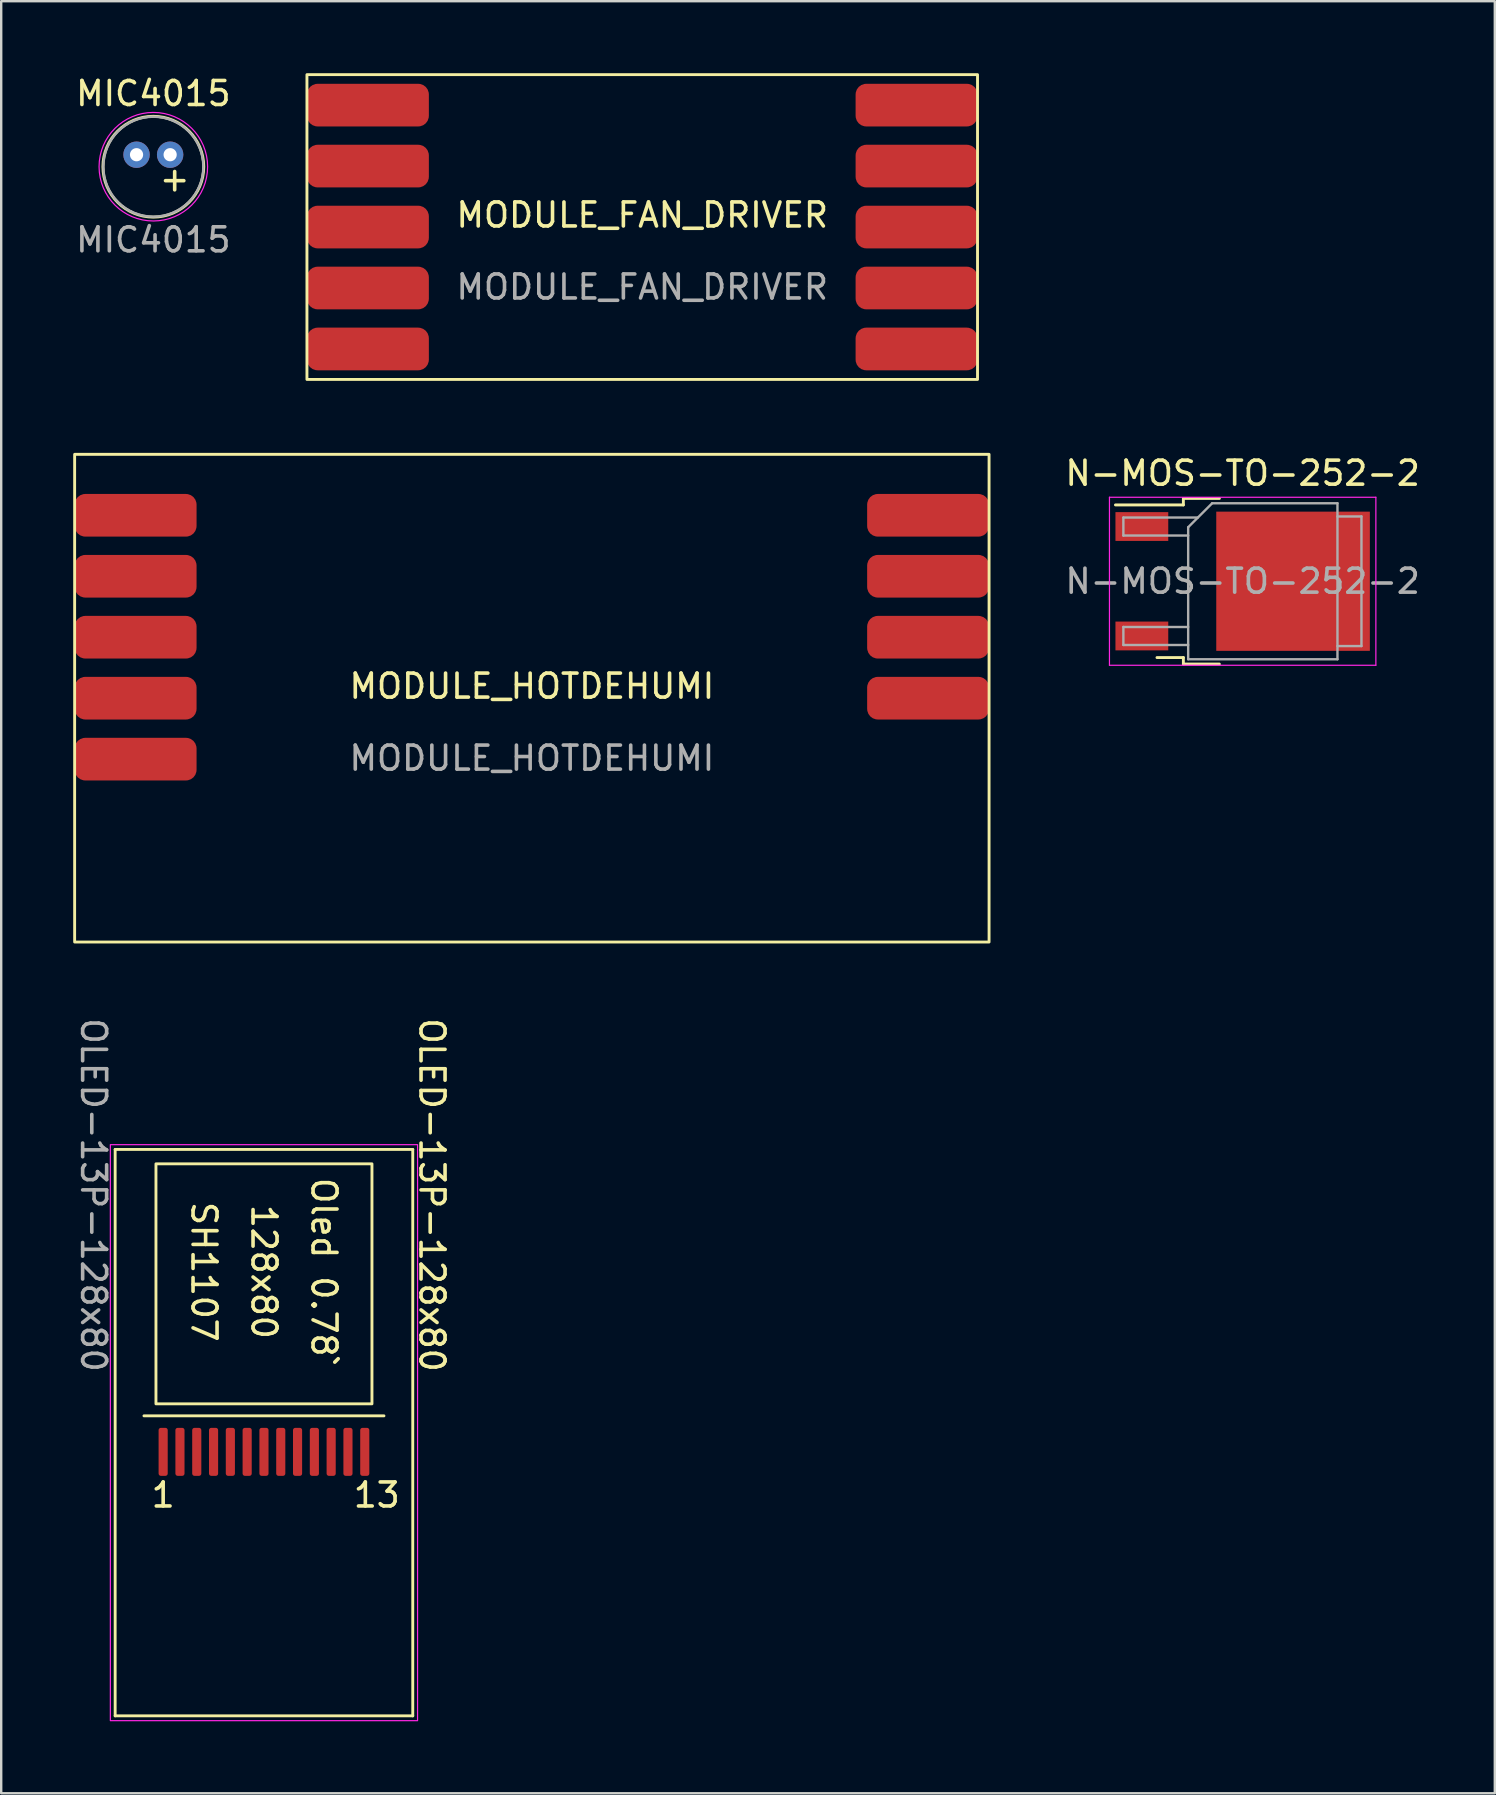
<source format=kicad_pcb>
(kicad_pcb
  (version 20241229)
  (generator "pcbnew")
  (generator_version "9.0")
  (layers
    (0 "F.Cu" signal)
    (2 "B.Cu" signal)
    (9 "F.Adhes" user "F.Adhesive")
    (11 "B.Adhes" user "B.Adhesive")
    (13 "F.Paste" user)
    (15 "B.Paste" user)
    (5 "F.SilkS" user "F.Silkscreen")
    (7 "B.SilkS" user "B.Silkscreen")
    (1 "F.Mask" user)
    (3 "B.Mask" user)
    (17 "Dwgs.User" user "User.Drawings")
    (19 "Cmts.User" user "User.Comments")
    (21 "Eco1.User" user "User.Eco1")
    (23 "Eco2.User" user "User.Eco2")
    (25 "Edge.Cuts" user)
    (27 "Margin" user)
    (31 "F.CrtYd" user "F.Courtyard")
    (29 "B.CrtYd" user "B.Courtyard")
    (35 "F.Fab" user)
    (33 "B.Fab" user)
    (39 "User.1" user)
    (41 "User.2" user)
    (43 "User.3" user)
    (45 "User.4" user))
  (footprint "MODULE_FAN_DRIVER"
    (layer "F.Cu")
    (at 23.709 6.41)
    (property "Reference" "MODULE_FAN_DRIVER" (at 0 -0.5 0) (unlocked yes) (layer "F.SilkS") (effects (font (size 1 1) (thickness 0.15))))
    (attr smd)
    (fp_rect (start -13.97 -6.35) (end 13.97 6.35) (stroke (width 0.12) (type default)) (fill no) (layer "F.SilkS"))
    (fp_text user "${REFERENCE}" (at 0 2.5 0) (unlocked yes) (layer "F.Fab") (effects (font (size 1 1) (thickness 0.15))))
    (pad "1" smd roundrect (at -11.43 -5.08) (size 5.08 1.778) (layers "F.Cu" "F.Mask" "F.Paste") (roundrect_rratio 0.25))
    (pad "2" smd roundrect (at -11.43 -2.54) (size 5.08 1.778) (layers "F.Cu" "F.Mask" "F.Paste") (roundrect_rratio 0.25))
    (pad "3" smd roundrect (at -11.43 0) (size 5.08 1.778) (layers "F.Cu" "F.Mask" "F.Paste") (roundrect_rratio 0.25))
    (pad "4" smd roundrect (at -11.43 2.54) (size 5.08 1.778) (layers "F.Cu" "F.Mask" "F.Paste") (roundrect_rratio 0.25))
    (pad "5" smd roundrect (at -11.43 5.08) (size 5.08 1.778) (layers "F.Cu" "F.Mask" "F.Paste") (roundrect_rratio 0.25))
    (pad "6" smd roundrect (at 11.43 5.08) (size 5.08 1.778) (layers "F.Cu" "F.Mask" "F.Paste") (roundrect_rratio 0.25))
    (pad "7" smd roundrect (at 11.43 2.54) (size 5.08 1.778) (layers "F.Cu" "F.Mask" "F.Paste") (roundrect_rratio 0.25))
    (pad "8" smd roundrect (at 11.43 0) (size 5.08 1.778) (layers "F.Cu" "F.Mask" "F.Paste") (roundrect_rratio 0.25))
    (pad "9" smd roundrect (at 11.43 -2.54) (size 5.08 1.778) (layers "F.Cu" "F.Mask" "F.Paste") (roundrect_rratio 0.25))
    (pad "10" smd roundrect (at 11.43 -5.08) (size 5.08 1.778) (layers "F.Cu" "F.Mask" "F.Paste") (roundrect_rratio 0.25)))
  (footprint "N-MOS-TO-252-2"
    (layer "F.Cu")
    (at 48.726 21.168)
    (property "Reference" "N-MOS-TO-252-2" (at 0 -4.5 0) (layer "F.SilkS") (effects (font (size 1 1) (thickness 0.15))))
    (attr smd)
    (fp_line (start -2.47 -3.45) (end -2.47 -3.18) (stroke (width 0.12) (type solid)) (layer "F.SilkS"))
    (fp_line (start -2.47 -3.18) (end -5.3 -3.18) (stroke (width 0.12) (type solid)) (layer "F.SilkS"))
    (fp_line (start -2.47 3.18) (end -3.57 3.18) (stroke (width 0.12) (type solid)) (layer "F.SilkS"))
    (fp_line (start -2.47 3.45) (end -2.47 3.18) (stroke (width 0.12) (type solid)) (layer "F.SilkS"))
    (fp_line (start -0.97 -3.45) (end -2.47 -3.45) (stroke (width 0.12) (type solid)) (layer "F.SilkS"))
    (fp_line (start -0.97 3.45) (end -2.47 3.45) (stroke (width 0.12) (type solid)) (layer "F.SilkS"))
    (fp_line (start -5.55 -3.5) (end -5.55 3.5) (stroke (width 0.05) (type solid)) (layer "F.CrtYd"))
    (fp_line (start -5.55 3.5) (end 5.55 3.5) (stroke (width 0.05) (type solid)) (layer "F.CrtYd"))
    (fp_line (start 5.55 -3.5) (end -5.55 -3.5) (stroke (width 0.05) (type solid)) (layer "F.CrtYd"))
    (fp_line (start 5.55 3.5) (end 5.55 -3.5) (stroke (width 0.05) (type solid)) (layer "F.CrtYd"))
    (fp_line (start -4.97 -2.655) (end -4.97 -1.905) (stroke (width 0.1) (type solid)) (layer "F.Fab"))
    (fp_line (start -4.97 -1.905) (end -2.27 -1.905) (stroke (width 0.1) (type solid)) (layer "F.Fab"))
    (fp_line (start -4.97 1.905) (end -4.97 2.655) (stroke (width 0.1) (type solid)) (layer "F.Fab"))
    (fp_line (start -4.97 2.655) (end -2.27 2.655) (stroke (width 0.1) (type solid)) (layer "F.Fab"))
    (fp_line (start -2.27 -2.25) (end -1.27 -3.25) (stroke (width 0.1) (type solid)) (layer "F.Fab"))
    (fp_line (start -2.27 1.905) (end -4.97 1.905) (stroke (width 0.1) (type solid)) (layer "F.Fab"))
    (fp_line (start -2.27 3.25) (end -2.27 -2.25) (stroke (width 0.1) (type solid)) (layer "F.Fab"))
    (fp_line (start -1.865 -2.655) (end -4.97 -2.655) (stroke (width 0.1) (type solid)) (layer "F.Fab"))
    (fp_line (start -1.27 -3.25) (end 3.95 -3.25) (stroke (width 0.1) (type solid)) (layer "F.Fab"))
    (fp_line (start 3.95 -3.25) (end 3.95 3.25) (stroke (width 0.1) (type solid)) (layer "F.Fab"))
    (fp_line (start 3.95 -2.7) (end 4.95 -2.7) (stroke (width 0.1) (type solid)) (layer "F.Fab"))
    (fp_line (start 3.95 3.25) (end -2.27 3.25) (stroke (width 0.1) (type solid)) (layer "F.Fab"))
    (fp_line (start 4.95 -2.7) (end 4.95 2.7) (stroke (width 0.1) (type solid)) (layer "F.Fab"))
    (fp_line (start 4.95 2.7) (end 3.95 2.7) (stroke (width 0.1) (type solid)) (layer "F.Fab"))
    (fp_text user "${REFERENCE}" (at 0 0 0) (layer "F.Fab") (effects (font (size 1 1) (thickness 0.15))))
    (pad "" smd rect (at 0.425 -1.525) (size 3.05 2.75) (layers "F.Paste"))
    (pad "" smd rect (at 0.425 1.525) (size 3.05 2.75) (layers "F.Paste"))
    (pad "" smd rect (at 3.775 -1.525) (size 3.05 2.75) (layers "F.Paste"))
    (pad "" smd rect (at 3.775 1.525) (size 3.05 2.75) (layers "F.Paste"))
    (pad "D" smd rect (at 2.1 0) (size 6.4 5.8) (layers "F.Cu" "F.Mask"))
    (pad "G" smd rect (at -4.2 -2.28) (size 2.2 1.2) (layers "F.Cu" "F.Mask" "F.Paste"))
    (pad "S" smd rect (at -4.2 2.28) (size 2.2 1.2) (layers "F.Cu" "F.Mask" "F.Paste")))
  (footprint "MIC4015"
    (layer "F.Cu")
    (at 3.339 3.896)
    (property "Reference" "MIC4015" (at 0 -3.048 0) (unlocked yes) (layer "F.SilkS") (effects (font (size 1 1) (thickness 0.15))))
    (attr through_hole)
    (fp_circle (center 0 0) (end 2.1 0) (stroke (width 0.12) (type solid)) (fill no) (layer "F.SilkS"))
    (fp_circle (center 0 0) (end 1.397 1.778) (stroke (width 0.05) (type solid)) (fill no) (layer "F.CrtYd"))
    (fp_circle (center 0 0) (end 1.27 1.651) (stroke (width 0.1) (type solid)) (fill no) (layer "F.Fab"))
    (fp_text user "+" (at 0.889 0.508 0) (unlocked yes) (layer "F.SilkS") (effects (font (size 1 1) (thickness 0.15))))
    (fp_text user "${REFERENCE}" (at 0 3.048 0) (unlocked yes) (layer "F.Fab") (effects (font (size 1 1) (thickness 0.15))))
    (pad "1" thru_hole circle (at -0.7 -0.5) (size 1.1 1.1) (drill 0.55) (layers "*.Cu" "*.Mask"))
    (pad "2" thru_hole circle (at 0.7 -0.5) (size 1.1 1.1) (drill 0.55) (layers "*.Cu" "*.Mask")))
  (footprint "OLED-13P-128x80"
    (layer "F.Cu")
    (at 7.948 56.442)
    (property "Reference" "OLED-13P-128x80" (at 7 -9.7 270) (unlocked yes) (layer "F.SilkS") (effects (font (size 1 1) (thickness 0.15))))
    (attr smd)
    (fp_line (start -6.2 12) (end -6.2 -11.6) (stroke (width 0.12) (type solid)) (layer "F.SilkS"))
    (fp_line (start -6.2 12) (end 6.2 12) (stroke (width 0.12) (type solid)) (layer "F.SilkS"))
    (fp_line (start -5 -0.5) (end 5 -0.5) (stroke (width 0.12) (type solid)) (layer "F.SilkS"))
    (fp_line (start 6.2 -11.6) (end -6.2 -11.6) (stroke (width 0.12) (type solid)) (layer "F.SilkS"))
    (fp_line (start 6.2 12) (end 6.2 -11.6) (stroke (width 0.12) (type solid)) (layer "F.SilkS"))
    (fp_rect (start -4.5 -11) (end 4.5 -1) (stroke (width 0.12) (type solid)) (fill no) (layer "F.SilkS"))
    (fp_rect (start -6.4 -11.8) (end 6.4 12.2) (stroke (width 0.05) (type solid)) (fill no) (layer "F.CrtYd"))
    (fp_text user "1" (at -4.2 2.8 0) (unlocked yes) (layer "F.SilkS") (effects (font (size 1 1) (thickness 0.15))))
    (fp_text user "13" (at 4.7 2.8 0) (unlocked yes) (layer "F.SilkS") (effects (font (size 1 1) (thickness 0.15))))
    (fp_text user "SH1107" (at -2.5 -6.5 270) (unlocked yes) (layer "F.SilkS") (effects (font (size 1 1) (thickness 0.15))))
    (fp_text user "128x80" (at 0 -6.5 270) (unlocked yes) (layer "F.SilkS") (effects (font (size 1 1) (thickness 0.15))))
    (fp_text user "Oled 0.78`" (at 2.5 -6.5 270) (unlocked yes) (layer "F.SilkS") (effects (font (size 1 1) (thickness 0.15))))
    (fp_text user "${REFERENCE}" (at -7.1 -9.7 270) (unlocked yes) (layer "F.Fab") (effects (font (size 1 1) (thickness 0.15))))
    (pad "1" smd roundrect (at -4.2 1) (size 0.38 2) (layers "F.Cu" "F.Mask" "F.Paste") (roundrect_rratio 0.25))
    (pad "2" smd roundrect (at -3.5 1) (size 0.38 2) (layers "F.Cu" "F.Mask" "F.Paste") (roundrect_rratio 0.25))
    (pad "3" smd roundrect (at -2.8 1) (size 0.38 2) (layers "F.Cu" "F.Mask" "F.Paste") (roundrect_rratio 0.25))
    (pad "4" smd roundrect (at -2.1 1) (size 0.38 2) (layers "F.Cu" "F.Mask" "F.Paste") (roundrect_rratio 0.25))
    (pad "5" smd roundrect (at -1.4 1) (size 0.38 2) (layers "F.Cu" "F.Mask" "F.Paste") (roundrect_rratio 0.25))
    (pad "6" smd roundrect (at -0.7 1) (size 0.38 2) (layers "F.Cu" "F.Mask" "F.Paste") (roundrect_rratio 0.25))
    (pad "7" smd roundrect (at 0 1) (size 0.38 2) (layers "F.Cu" "F.Mask" "F.Paste") (roundrect_rratio 0.25))
    (pad "8" smd roundrect (at 0.7 1) (size 0.38 2) (layers "F.Cu" "F.Mask" "F.Paste") (roundrect_rratio 0.25))
    (pad "9" smd roundrect (at 1.4 1) (size 0.38 2) (layers "F.Cu" "F.Mask" "F.Paste") (roundrect_rratio 0.25))
    (pad "10" smd roundrect (at 2.1 1) (size 0.38 2) (layers "F.Cu" "F.Mask" "F.Paste") (roundrect_rratio 0.25))
    (pad "11" smd roundrect (at 2.8 1) (size 0.38 2) (layers "F.Cu" "F.Mask" "F.Paste") (roundrect_rratio 0.25))
    (pad "12" smd roundrect (at 3.5 1) (size 0.38 2) (layers "F.Cu" "F.Mask" "F.Paste") (roundrect_rratio 0.25))
    (pad "13" smd roundrect (at 4.2 1) (size 0.38 2) (layers "F.Cu" "F.Mask" "F.Paste") (roundrect_rratio 0.25)))
  (footprint "MODULE_HOTDEHUMI"
    (layer "F.Cu")
    (at 19.11 26.04)
    (property "Reference" "MODULE_HOTDEHUMI" (at 0 -0.5 0) (unlocked yes) (layer "F.SilkS") (effects (font (size 1 1) (thickness 0.15))))
    (attr smd)
    (fp_rect (start -19.05 -10.16) (end 19.05 10.16) (stroke (width 0.12) (type default)) (fill no) (layer "F.SilkS"))
    (fp_text user "${REFERENCE}" (at 0 2.5 0) (unlocked yes) (layer "F.Fab") (effects (font (size 1 1) (thickness 0.15))))
    (pad "1" smd roundrect (at -16.51 -7.62) (size 5.08 1.778) (layers "F.Cu" "F.Mask" "F.Paste") (roundrect_rratio 0.25))
    (pad "2" smd roundrect (at -16.51 -5.08) (size 5.08 1.778) (layers "F.Cu" "F.Mask" "F.Paste") (roundrect_rratio 0.25))
    (pad "3" smd roundrect (at -16.51 -2.54) (size 5.08 1.778) (layers "F.Cu" "F.Mask" "F.Paste") (roundrect_rratio 0.25))
    (pad "4" smd roundrect (at -16.51 0) (size 5.08 1.778) (layers "F.Cu" "F.Mask" "F.Paste") (roundrect_rratio 0.25))
    (pad "5" smd roundrect (at -16.51 2.54) (size 5.08 1.778) (layers "F.Cu" "F.Mask" "F.Paste") (roundrect_rratio 0.25))
    (pad "6" smd roundrect (at 16.51 -7.62) (size 5.08 1.778) (layers "F.Cu" "F.Mask" "F.Paste") (roundrect_rratio 0.25))
    (pad "7" smd roundrect (at 16.51 -5.08) (size 5.08 1.778) (layers "F.Cu" "F.Mask" "F.Paste") (roundrect_rratio 0.25))
    (pad "8" smd roundrect (at 16.51 -2.54) (size 5.08 1.778) (layers "F.Cu" "F.Mask" "F.Paste") (roundrect_rratio 0.25))
    (pad "9" smd roundrect (at 16.51 0) (size 5.08 1.778) (layers "F.Cu" "F.Mask" "F.Paste") (roundrect_rratio 0.25)))
  (gr_rect
    (start -3 -3)
    (end 59.232 71.667)
    (stroke (width 0.1) (type default))
    (fill no)
    (layer "Edge.Cuts")))
</source>
